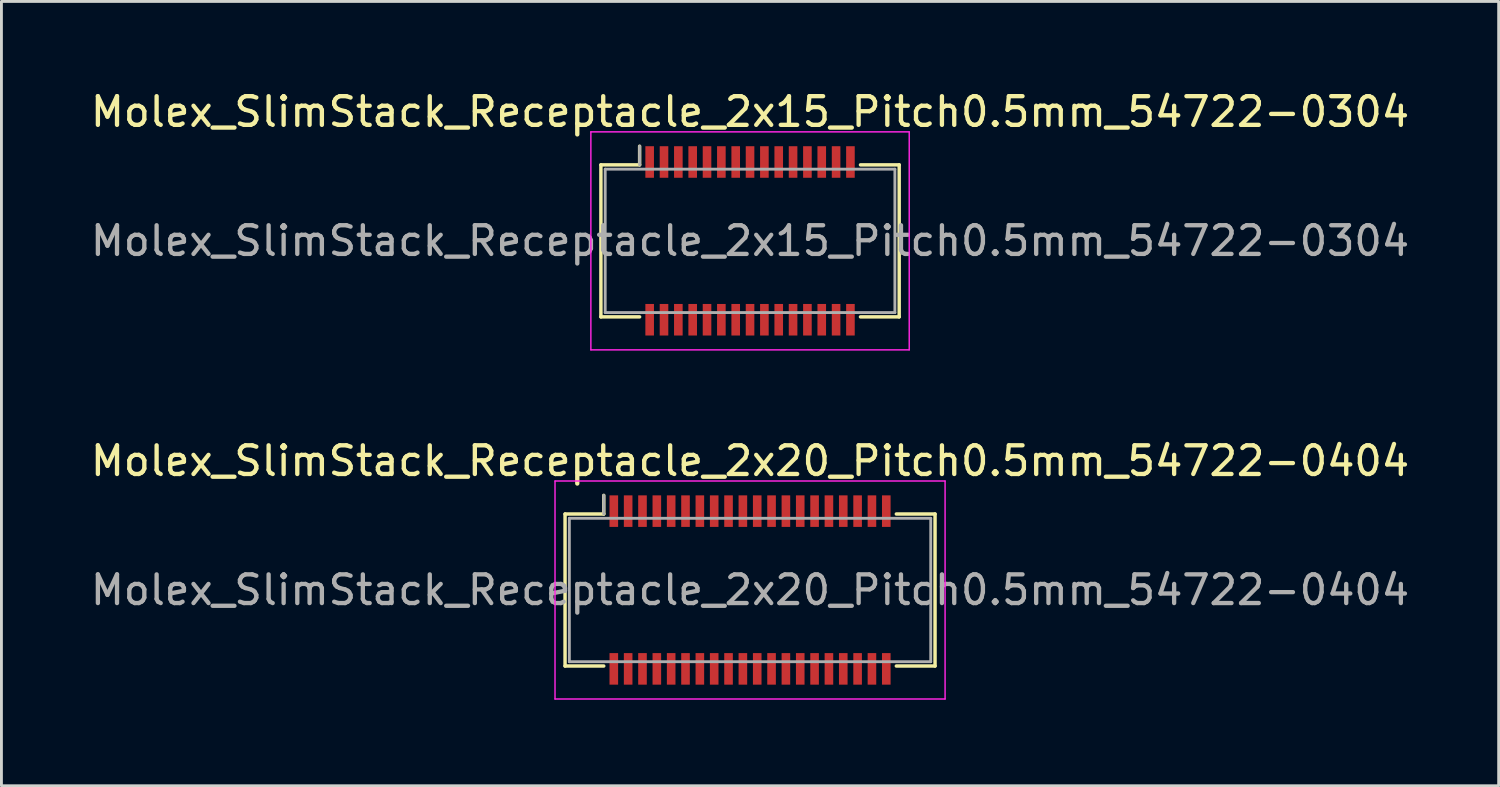
<source format=kicad_pcb>
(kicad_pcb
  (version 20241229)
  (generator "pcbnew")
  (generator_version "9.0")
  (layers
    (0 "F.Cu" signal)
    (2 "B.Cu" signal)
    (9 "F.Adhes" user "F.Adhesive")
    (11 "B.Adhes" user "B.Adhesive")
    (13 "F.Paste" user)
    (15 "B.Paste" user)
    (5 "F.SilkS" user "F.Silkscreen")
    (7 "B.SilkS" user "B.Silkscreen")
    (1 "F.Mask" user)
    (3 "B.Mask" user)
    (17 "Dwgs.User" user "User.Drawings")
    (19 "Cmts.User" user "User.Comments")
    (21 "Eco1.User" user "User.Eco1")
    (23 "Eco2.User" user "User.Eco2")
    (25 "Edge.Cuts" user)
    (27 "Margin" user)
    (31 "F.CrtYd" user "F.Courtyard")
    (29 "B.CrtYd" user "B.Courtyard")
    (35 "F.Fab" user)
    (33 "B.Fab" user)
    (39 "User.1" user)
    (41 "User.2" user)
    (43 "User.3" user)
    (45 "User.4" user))
  (footprint "Molex_SlimStack_Receptacle_2x15_Pitch0.5mm_54722-0304"
    (layer "F.Cu")
    (at 23.101 5.348)
    (property "Reference" "Molex_SlimStack_Receptacle_2x15_Pitch0.5mm_54722-0304" (at 0 -4.5 0) (layer "F.SilkS") (effects (font (size 1 1) (thickness 0.15))))
    (attr smd)
    (fp_line (start -5.2 -2.65) (end -3.85 -2.65) (stroke (width 0.12) (type solid)) (layer "F.SilkS"))
    (fp_line (start -5.2 2.65) (end -5.2 -2.65) (stroke (width 0.12) (type solid)) (layer "F.SilkS"))
    (fp_line (start -3.85 -2.65) (end -3.85 -3.3) (stroke (width 0.12) (type solid)) (layer "F.SilkS"))
    (fp_line (start -3.85 2.65) (end -5.2 2.65) (stroke (width 0.12) (type solid)) (layer "F.SilkS"))
    (fp_line (start 3.85 2.65) (end 5.2 2.65) (stroke (width 0.12) (type solid)) (layer "F.SilkS"))
    (fp_line (start 5.2 -2.65) (end 3.85 -2.65) (stroke (width 0.12) (type solid)) (layer "F.SilkS"))
    (fp_line (start 5.2 2.65) (end 5.2 -2.65) (stroke (width 0.12) (type solid)) (layer "F.SilkS"))
    (fp_line (start -5.55 -3.8) (end -5.55 3.8) (stroke (width 0.05) (type solid)) (layer "F.CrtYd"))
    (fp_line (start -5.55 3.8) (end 5.55 3.8) (stroke (width 0.05) (type solid)) (layer "F.CrtYd"))
    (fp_line (start 5.55 -3.8) (end -5.55 -3.8) (stroke (width 0.05) (type solid)) (layer "F.CrtYd"))
    (fp_line (start 5.55 3.8) (end 5.55 -3.8) (stroke (width 0.05) (type solid)) (layer "F.CrtYd"))
    (fp_line (start -5.05 -2.5) (end -5.05 2.5) (stroke (width 0.1) (type solid)) (layer "F.Fab"))
    (fp_line (start -5.05 2.5) (end 5.05 2.5) (stroke (width 0.1) (type solid)) (layer "F.Fab"))
    (fp_line (start -3.85 -2.65) (end -3.85 -3.3) (stroke (width 0.1) (type solid)) (layer "F.Fab"))
    (fp_line (start 5.05 -2.5) (end -5.05 -2.5) (stroke (width 0.1) (type solid)) (layer "F.Fab"))
    (fp_line (start 5.05 2.5) (end 5.05 -2.5) (stroke (width 0.1) (type solid)) (layer "F.Fab"))
    (fp_text user "${REFERENCE}" (at 0 0 0) (layer "F.Fab") (effects (font (size 1 1) (thickness 0.15))))
    (pad "1" smd rect (at -3.5 -2.75) (size 0.3 1.1) (layers "F.Cu" "F.Mask" "F.Paste"))
    (pad "2" smd rect (at -3.5 2.75) (size 0.3 1.1) (layers "F.Cu" "F.Mask" "F.Paste"))
    (pad "3" smd rect (at -3 -2.75) (size 0.3 1.1) (layers "F.Cu" "F.Mask" "F.Paste"))
    (pad "4" smd rect (at -3 2.75) (size 0.3 1.1) (layers "F.Cu" "F.Mask" "F.Paste"))
    (pad "5" smd rect (at -2.5 -2.75) (size 0.3 1.1) (layers "F.Cu" "F.Mask" "F.Paste"))
    (pad "6" smd rect (at -2.5 2.75) (size 0.3 1.1) (layers "F.Cu" "F.Mask" "F.Paste"))
    (pad "7" smd rect (at -2 -2.75) (size 0.3 1.1) (layers "F.Cu" "F.Mask" "F.Paste"))
    (pad "8" smd rect (at -2 2.75) (size 0.3 1.1) (layers "F.Cu" "F.Mask" "F.Paste"))
    (pad "9" smd rect (at -1.5 -2.75) (size 0.3 1.1) (layers "F.Cu" "F.Mask" "F.Paste"))
    (pad "10" smd rect (at -1.5 2.75) (size 0.3 1.1) (layers "F.Cu" "F.Mask" "F.Paste"))
    (pad "11" smd rect (at -1 -2.75) (size 0.3 1.1) (layers "F.Cu" "F.Mask" "F.Paste"))
    (pad "12" smd rect (at -1 2.75) (size 0.3 1.1) (layers "F.Cu" "F.Mask" "F.Paste"))
    (pad "13" smd rect (at -0.5 -2.75) (size 0.3 1.1) (layers "F.Cu" "F.Mask" "F.Paste"))
    (pad "14" smd rect (at -0.5 2.75) (size 0.3 1.1) (layers "F.Cu" "F.Mask" "F.Paste"))
    (pad "15" smd rect (at 0 -2.75) (size 0.3 1.1) (layers "F.Cu" "F.Mask" "F.Paste"))
    (pad "16" smd rect (at 0 2.75) (size 0.3 1.1) (layers "F.Cu" "F.Mask" "F.Paste"))
    (pad "17" smd rect (at 0.5 -2.75) (size 0.3 1.1) (layers "F.Cu" "F.Mask" "F.Paste"))
    (pad "18" smd rect (at 0.5 2.75) (size 0.3 1.1) (layers "F.Cu" "F.Mask" "F.Paste"))
    (pad "19" smd rect (at 1 -2.75) (size 0.3 1.1) (layers "F.Cu" "F.Mask" "F.Paste"))
    (pad "20" smd rect (at 1 2.75) (size 0.3 1.1) (layers "F.Cu" "F.Mask" "F.Paste"))
    (pad "21" smd rect (at 1.5 -2.75) (size 0.3 1.1) (layers "F.Cu" "F.Mask" "F.Paste"))
    (pad "22" smd rect (at 1.5 2.75) (size 0.3 1.1) (layers "F.Cu" "F.Mask" "F.Paste"))
    (pad "23" smd rect (at 2 -2.75) (size 0.3 1.1) (layers "F.Cu" "F.Mask" "F.Paste"))
    (pad "24" smd rect (at 2 2.75) (size 0.3 1.1) (layers "F.Cu" "F.Mask" "F.Paste"))
    (pad "25" smd rect (at 2.5 -2.75) (size 0.3 1.1) (layers "F.Cu" "F.Mask" "F.Paste"))
    (pad "26" smd rect (at 2.5 2.75) (size 0.3 1.1) (layers "F.Cu" "F.Mask" "F.Paste"))
    (pad "27" smd rect (at 3 -2.75) (size 0.3 1.1) (layers "F.Cu" "F.Mask" "F.Paste"))
    (pad "28" smd rect (at 3 2.75) (size 0.3 1.1) (layers "F.Cu" "F.Mask" "F.Paste"))
    (pad "29" smd rect (at 3.5 -2.75) (size 0.3 1.1) (layers "F.Cu" "F.Mask" "F.Paste"))
    (pad "30" smd rect (at 3.5 2.75) (size 0.3 1.1) (layers "F.Cu" "F.Mask" "F.Paste")))
  (footprint "Molex_SlimStack_Receptacle_2x20_Pitch0.5mm_54722-0404"
    (layer "F.Cu")
    (at 23.101 17.521)
    (property "Reference" "Molex_SlimStack_Receptacle_2x20_Pitch0.5mm_54722-0404" (at 0 -4.5 0) (layer "F.SilkS") (effects (font (size 1 1) (thickness 0.15))))
    (attr smd)
    (fp_line (start -6.45 -2.65) (end -5.1 -2.65) (stroke (width 0.12) (type solid)) (layer "F.SilkS"))
    (fp_line (start -6.45 2.65) (end -6.45 -2.65) (stroke (width 0.12) (type solid)) (layer "F.SilkS"))
    (fp_line (start -5.1 -2.65) (end -5.1 -3.3) (stroke (width 0.12) (type solid)) (layer "F.SilkS"))
    (fp_line (start -5.1 2.65) (end -6.45 2.65) (stroke (width 0.12) (type solid)) (layer "F.SilkS"))
    (fp_line (start 5.1 2.65) (end 6.45 2.65) (stroke (width 0.12) (type solid)) (layer "F.SilkS"))
    (fp_line (start 6.45 -2.65) (end 5.1 -2.65) (stroke (width 0.12) (type solid)) (layer "F.SilkS"))
    (fp_line (start 6.45 2.65) (end 6.45 -2.65) (stroke (width 0.12) (type solid)) (layer "F.SilkS"))
    (fp_line (start -6.8 -3.8) (end -6.8 3.8) (stroke (width 0.05) (type solid)) (layer "F.CrtYd"))
    (fp_line (start -6.8 3.8) (end 6.8 3.8) (stroke (width 0.05) (type solid)) (layer "F.CrtYd"))
    (fp_line (start 6.8 -3.8) (end -6.8 -3.8) (stroke (width 0.05) (type solid)) (layer "F.CrtYd"))
    (fp_line (start 6.8 3.8) (end 6.8 -3.8) (stroke (width 0.05) (type solid)) (layer "F.CrtYd"))
    (fp_line (start -6.3 -2.5) (end -6.3 2.5) (stroke (width 0.1) (type solid)) (layer "F.Fab"))
    (fp_line (start -6.3 2.5) (end 6.3 2.5) (stroke (width 0.1) (type solid)) (layer "F.Fab"))
    (fp_line (start -5.1 -2.65) (end -5.1 -3.3) (stroke (width 0.1) (type solid)) (layer "F.Fab"))
    (fp_line (start 6.3 -2.5) (end -6.3 -2.5) (stroke (width 0.1) (type solid)) (layer "F.Fab"))
    (fp_line (start 6.3 2.5) (end 6.3 -2.5) (stroke (width 0.1) (type solid)) (layer "F.Fab"))
    (fp_text user "${REFERENCE}" (at 0 0 0) (layer "F.Fab") (effects (font (size 1 1) (thickness 0.15))))
    (pad "1" smd rect (at -4.75 -2.75) (size 0.3 1.1) (layers "F.Cu" "F.Mask" "F.Paste"))
    (pad "2" smd rect (at -4.75 2.75) (size 0.3 1.1) (layers "F.Cu" "F.Mask" "F.Paste"))
    (pad "3" smd rect (at -4.25 -2.75) (size 0.3 1.1) (layers "F.Cu" "F.Mask" "F.Paste"))
    (pad "4" smd rect (at -4.25 2.75) (size 0.3 1.1) (layers "F.Cu" "F.Mask" "F.Paste"))
    (pad "5" smd rect (at -3.75 -2.75) (size 0.3 1.1) (layers "F.Cu" "F.Mask" "F.Paste"))
    (pad "6" smd rect (at -3.75 2.75) (size 0.3 1.1) (layers "F.Cu" "F.Mask" "F.Paste"))
    (pad "7" smd rect (at -3.25 -2.75) (size 0.3 1.1) (layers "F.Cu" "F.Mask" "F.Paste"))
    (pad "8" smd rect (at -3.25 2.75) (size 0.3 1.1) (layers "F.Cu" "F.Mask" "F.Paste"))
    (pad "9" smd rect (at -2.75 -2.75) (size 0.3 1.1) (layers "F.Cu" "F.Mask" "F.Paste"))
    (pad "10" smd rect (at -2.75 2.75) (size 0.3 1.1) (layers "F.Cu" "F.Mask" "F.Paste"))
    (pad "11" smd rect (at -2.25 -2.75) (size 0.3 1.1) (layers "F.Cu" "F.Mask" "F.Paste"))
    (pad "12" smd rect (at -2.25 2.75) (size 0.3 1.1) (layers "F.Cu" "F.Mask" "F.Paste"))
    (pad "13" smd rect (at -1.75 -2.75) (size 0.3 1.1) (layers "F.Cu" "F.Mask" "F.Paste"))
    (pad "14" smd rect (at -1.75 2.75) (size 0.3 1.1) (layers "F.Cu" "F.Mask" "F.Paste"))
    (pad "15" smd rect (at -1.25 -2.75) (size 0.3 1.1) (layers "F.Cu" "F.Mask" "F.Paste"))
    (pad "16" smd rect (at -1.25 2.75) (size 0.3 1.1) (layers "F.Cu" "F.Mask" "F.Paste"))
    (pad "17" smd rect (at -0.75 -2.75) (size 0.3 1.1) (layers "F.Cu" "F.Mask" "F.Paste"))
    (pad "18" smd rect (at -0.75 2.75) (size 0.3 1.1) (layers "F.Cu" "F.Mask" "F.Paste"))
    (pad "19" smd rect (at -0.25 -2.75) (size 0.3 1.1) (layers "F.Cu" "F.Mask" "F.Paste"))
    (pad "20" smd rect (at -0.25 2.75) (size 0.3 1.1) (layers "F.Cu" "F.Mask" "F.Paste"))
    (pad "21" smd rect (at 0.25 -2.75) (size 0.3 1.1) (layers "F.Cu" "F.Mask" "F.Paste"))
    (pad "22" smd rect (at 0.25 2.75) (size 0.3 1.1) (layers "F.Cu" "F.Mask" "F.Paste"))
    (pad "23" smd rect (at 0.75 -2.75) (size 0.3 1.1) (layers "F.Cu" "F.Mask" "F.Paste"))
    (pad "24" smd rect (at 0.75 2.75) (size 0.3 1.1) (layers "F.Cu" "F.Mask" "F.Paste"))
    (pad "25" smd rect (at 1.25 -2.75) (size 0.3 1.1) (layers "F.Cu" "F.Mask" "F.Paste"))
    (pad "26" smd rect (at 1.25 2.75) (size 0.3 1.1) (layers "F.Cu" "F.Mask" "F.Paste"))
    (pad "27" smd rect (at 1.75 -2.75) (size 0.3 1.1) (layers "F.Cu" "F.Mask" "F.Paste"))
    (pad "28" smd rect (at 1.75 2.75) (size 0.3 1.1) (layers "F.Cu" "F.Mask" "F.Paste"))
    (pad "29" smd rect (at 2.25 -2.75) (size 0.3 1.1) (layers "F.Cu" "F.Mask" "F.Paste"))
    (pad "30" smd rect (at 2.25 2.75) (size 0.3 1.1) (layers "F.Cu" "F.Mask" "F.Paste"))
    (pad "31" smd rect (at 2.75 -2.75) (size 0.3 1.1) (layers "F.Cu" "F.Mask" "F.Paste"))
    (pad "32" smd rect (at 2.75 2.75) (size 0.3 1.1) (layers "F.Cu" "F.Mask" "F.Paste"))
    (pad "33" smd rect (at 3.25 -2.75) (size 0.3 1.1) (layers "F.Cu" "F.Mask" "F.Paste"))
    (pad "34" smd rect (at 3.25 2.75) (size 0.3 1.1) (layers "F.Cu" "F.Mask" "F.Paste"))
    (pad "35" smd rect (at 3.75 -2.75) (size 0.3 1.1) (layers "F.Cu" "F.Mask" "F.Paste"))
    (pad "36" smd rect (at 3.75 2.75) (size 0.3 1.1) (layers "F.Cu" "F.Mask" "F.Paste"))
    (pad "37" smd rect (at 4.25 -2.75) (size 0.3 1.1) (layers "F.Cu" "F.Mask" "F.Paste"))
    (pad "38" smd rect (at 4.25 2.75) (size 0.3 1.1) (layers "F.Cu" "F.Mask" "F.Paste"))
    (pad "39" smd rect (at 4.75 -2.75) (size 0.3 1.1) (layers "F.Cu" "F.Mask" "F.Paste"))
    (pad "40" smd rect (at 4.75 2.75) (size 0.3 1.1) (layers "F.Cu" "F.Mask" "F.Paste")))
  (gr_rect
    (start -3 -3)
    (end 49.202 24.346)
    (stroke (width 0.1) (type default))
    (fill no)
    (layer "Edge.Cuts")))
</source>
